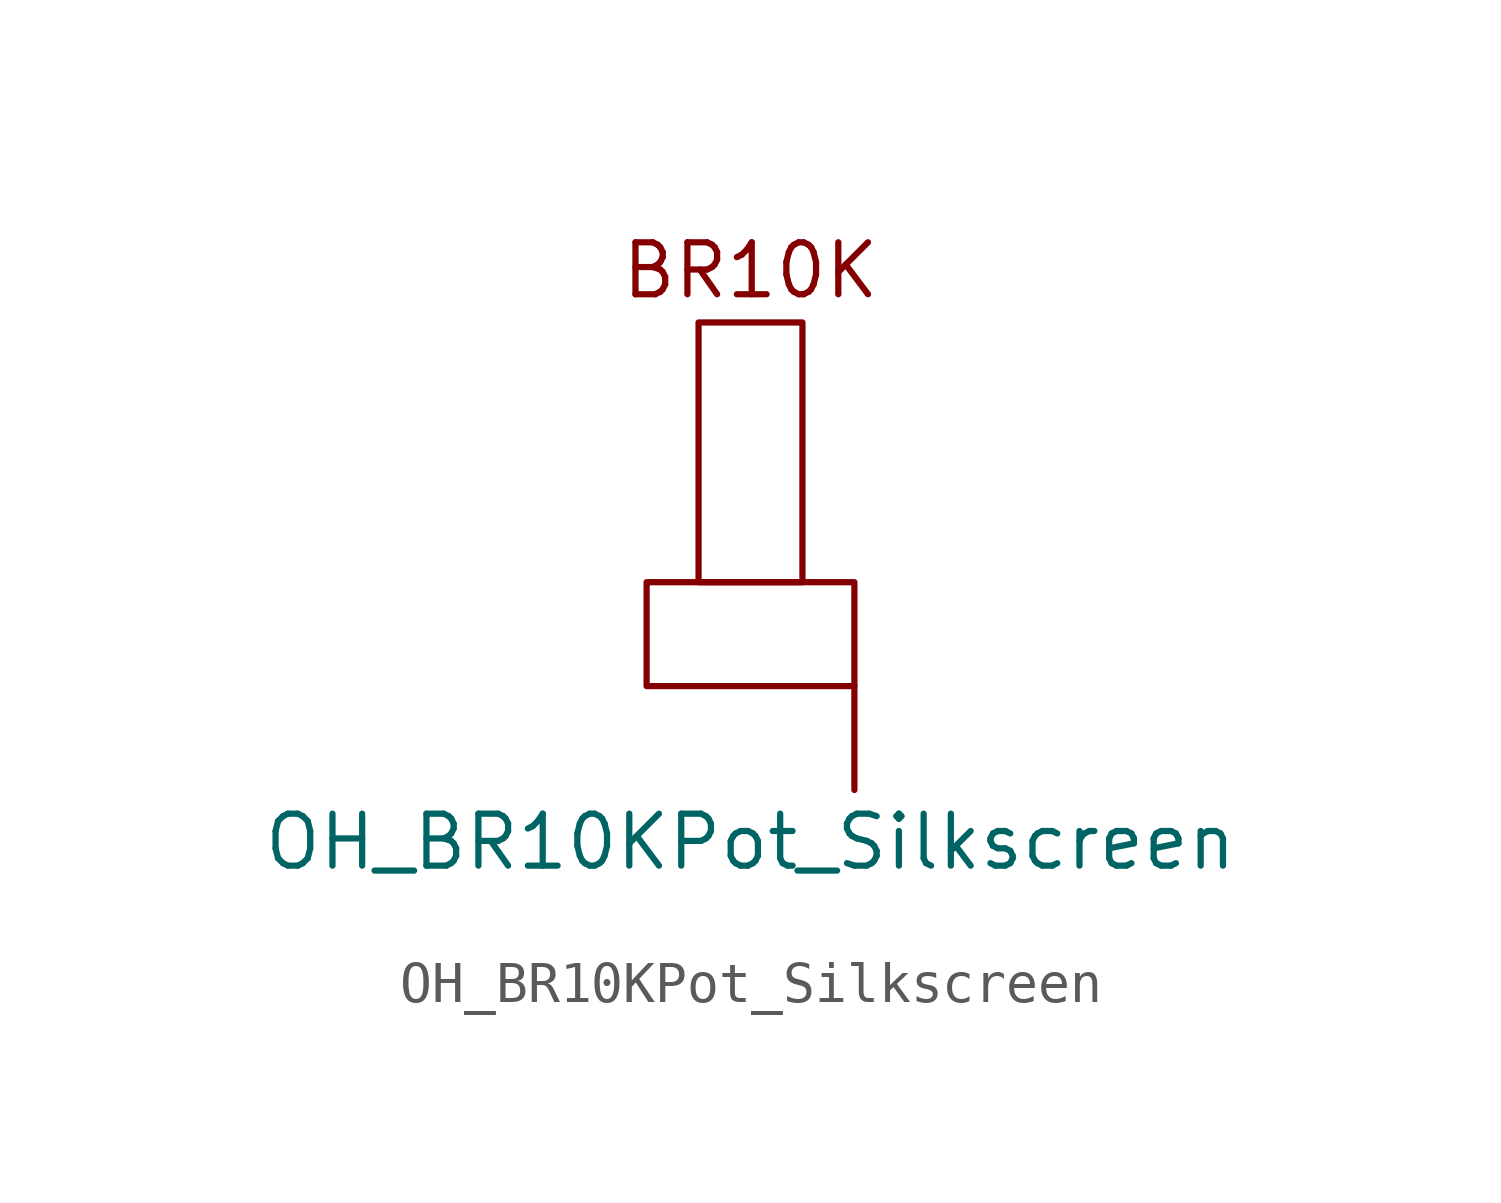
<source format=kicad_sym>
(kicad_symbol_lib
  (version 20231120)
  (generator "kicad_symbol_editor")
  (generator_version "8.0")
  (symbol "OH_BR10KPot_Silkscreen"
    (pin_numbers hide)
    (pin_names
      (offset 0) hide)
    (property "Reference" "LOGO"
      (at 0 -6.35 0)
      (effects (font (size 1.27 1.27)) (hide yes)))
    (property "Value" "OH_BR10KPot_Silkscreen"
      (at 0 -3.81 0)
      (effects (font (size 1.27 1.27))))
    (symbol "OH_BR10KPot_Silkscreen_0_0"
      (rectangle (start -2.54 2.54) (end 2.54 0) (stroke (width 0) (type default)) (fill (type none)))
      (rectangle (start 1.27 2.54) (end -1.27 8.89) (stroke (width 0) (type default)) (fill (type none)))
      (rectangle (start 2.54 0) (end 2.54 -2.54) (stroke (width 0) (type default)) (fill (type none)))
      (text "BR10K" (at 0 10.16 0) (effects (font (size 1.27 1.27)))))))
</source>
